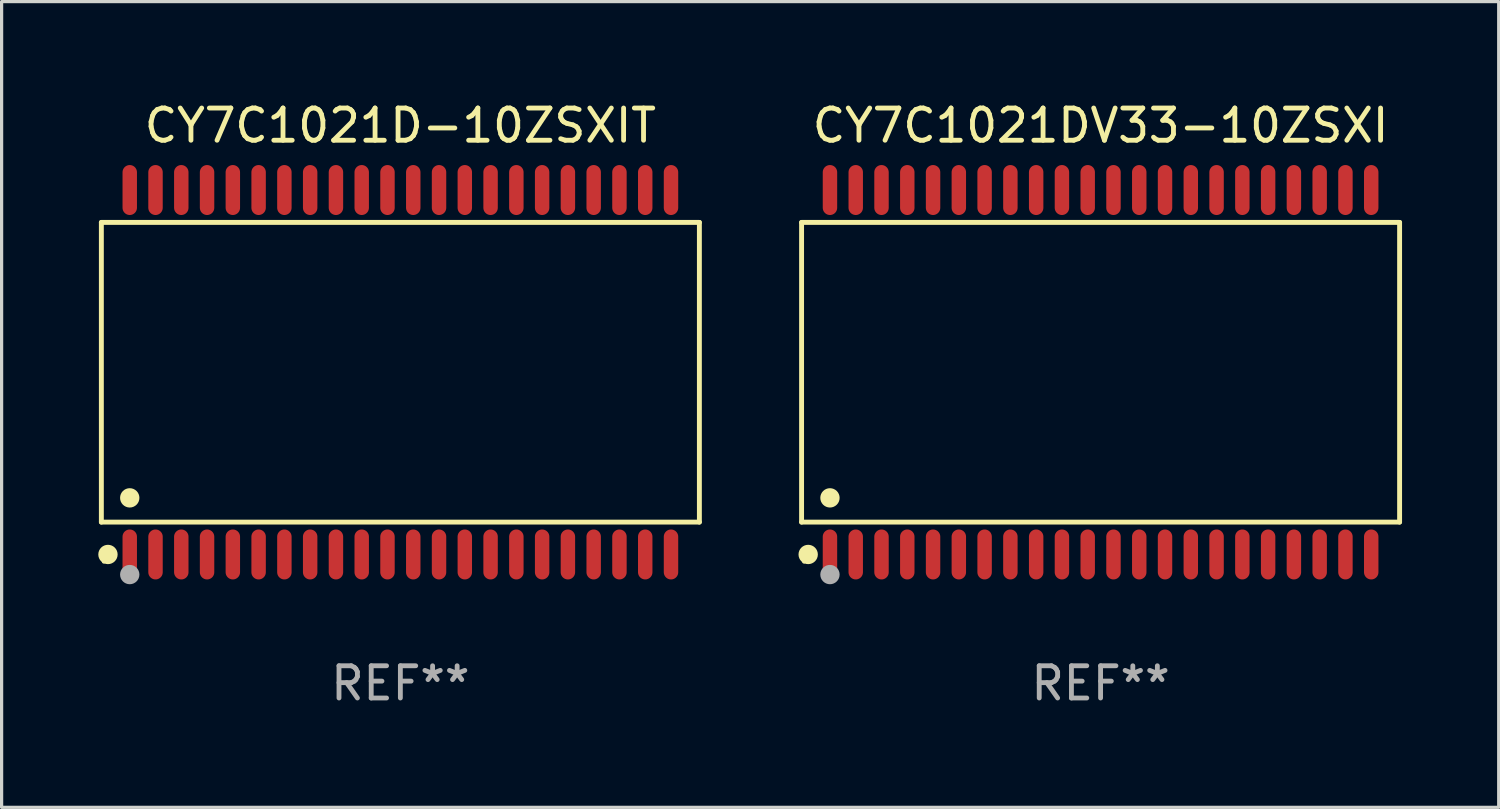
<source format=kicad_pcb>
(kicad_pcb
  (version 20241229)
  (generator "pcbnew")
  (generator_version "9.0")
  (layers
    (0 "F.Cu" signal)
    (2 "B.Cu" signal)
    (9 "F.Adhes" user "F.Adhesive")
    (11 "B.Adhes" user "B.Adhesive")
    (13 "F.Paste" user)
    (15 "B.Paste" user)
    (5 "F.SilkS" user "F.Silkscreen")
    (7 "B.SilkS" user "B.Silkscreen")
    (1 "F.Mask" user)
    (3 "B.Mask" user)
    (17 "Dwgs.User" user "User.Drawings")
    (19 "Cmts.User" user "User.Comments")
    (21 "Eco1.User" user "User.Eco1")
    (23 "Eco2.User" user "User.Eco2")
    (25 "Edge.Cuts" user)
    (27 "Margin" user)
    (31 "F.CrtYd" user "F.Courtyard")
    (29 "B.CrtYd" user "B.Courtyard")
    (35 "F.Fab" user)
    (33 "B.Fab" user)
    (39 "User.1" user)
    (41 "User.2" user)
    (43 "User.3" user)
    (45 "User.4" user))
  (footprint "CY7C1021DV33-10ZSXI"
    (layer "F.Cu")
    (at 31.111 8.504)
    (property "Reference" "CY7C1021DV33-10ZSXI" (at 0 -7.656 0) (layer "F.SilkS") (effects (font (size 1 1) (thickness 0.15))))
    (attr through_hole)
    (fp_line (start -9.281 -4.651) (end 9.281 -4.651) (stroke (width 0.152) (type solid)) (layer "F.SilkS"))
    (fp_line (start -9.281 4.651) (end -9.281 -4.651) (stroke (width 0.152) (type solid)) (layer "F.SilkS"))
    (fp_line (start 9.281 -4.651) (end 9.281 4.651) (stroke (width 0.152) (type solid)) (layer "F.SilkS"))
    (fp_line (start 9.281 4.651) (end -9.281 4.651) (stroke (width 0.152) (type solid)) (layer "F.SilkS"))
    (fp_circle (center -9.205 5.88) (end -9.175 5.88) (stroke (width 0.06) (type solid)) (fill no) (layer "F.SilkS"))
    (fp_circle (center -9.076 5.656) (end -8.926 5.656) (stroke (width 0.3) (type solid)) (fill no) (layer "F.SilkS"))
    (fp_circle (center -8.4 3.899) (end -8.25 3.899) (stroke (width 0.3) (type solid)) (fill no) (layer "F.SilkS"))
    (fp_circle (center -8.4 6.28) (end -8.25 6.28) (stroke (width 0.3) (type solid)) (fill no) (layer "F.Fab"))
    (fp_text user "REF**" (at 0 9.656 0) (layer "F.Fab") (effects (font (size 1 1) (thickness 0.15))))
    (pad "1" smd oval (at -8.4 5.656) (size 0.448 1.551) (layers "F.Cu" "F.Mask" "F.Paste"))
    (pad "2" smd oval (at -7.6 5.656) (size 0.448 1.551) (layers "F.Cu" "F.Mask" "F.Paste"))
    (pad "3" smd oval (at -6.8 5.656) (size 0.448 1.551) (layers "F.Cu" "F.Mask" "F.Paste"))
    (pad "4" smd oval (at -6 5.656) (size 0.448 1.551) (layers "F.Cu" "F.Mask" "F.Paste"))
    (pad "5" smd oval (at -5.2 5.656) (size 0.448 1.551) (layers "F.Cu" "F.Mask" "F.Paste"))
    (pad "6" smd oval (at -4.4 5.656) (size 0.448 1.551) (layers "F.Cu" "F.Mask" "F.Paste"))
    (pad "7" smd oval (at -3.6 5.656) (size 0.448 1.551) (layers "F.Cu" "F.Mask" "F.Paste"))
    (pad "8" smd oval (at -2.8 5.656) (size 0.448 1.551) (layers "F.Cu" "F.Mask" "F.Paste"))
    (pad "9" smd oval (at -2 5.656) (size 0.448 1.551) (layers "F.Cu" "F.Mask" "F.Paste"))
    (pad "10" smd oval (at -1.2 5.656) (size 0.448 1.551) (layers "F.Cu" "F.Mask" "F.Paste"))
    (pad "11" smd oval (at -0.4 5.656) (size 0.448 1.551) (layers "F.Cu" "F.Mask" "F.Paste"))
    (pad "12" smd oval (at 0.4 5.656) (size 0.448 1.551) (layers "F.Cu" "F.Mask" "F.Paste"))
    (pad "13" smd oval (at 1.2 5.656) (size 0.448 1.551) (layers "F.Cu" "F.Mask" "F.Paste"))
    (pad "14" smd oval (at 2 5.656) (size 0.448 1.551) (layers "F.Cu" "F.Mask" "F.Paste"))
    (pad "15" smd oval (at 2.8 5.656) (size 0.448 1.551) (layers "F.Cu" "F.Mask" "F.Paste"))
    (pad "16" smd oval (at 3.6 5.656) (size 0.448 1.551) (layers "F.Cu" "F.Mask" "F.Paste"))
    (pad "17" smd oval (at 4.4 5.656) (size 0.448 1.551) (layers "F.Cu" "F.Mask" "F.Paste"))
    (pad "18" smd oval (at 5.2 5.656) (size 0.448 1.551) (layers "F.Cu" "F.Mask" "F.Paste"))
    (pad "19" smd oval (at 6 5.656) (size 0.448 1.551) (layers "F.Cu" "F.Mask" "F.Paste"))
    (pad "20" smd oval (at 6.8 5.656) (size 0.448 1.551) (layers "F.Cu" "F.Mask" "F.Paste"))
    (pad "21" smd oval (at 7.6 5.656) (size 0.448 1.551) (layers "F.Cu" "F.Mask" "F.Paste"))
    (pad "22" smd oval (at 8.4 5.656) (size 0.448 1.551) (layers "F.Cu" "F.Mask" "F.Paste"))
    (pad "23" smd oval (at 8.4 -5.656) (size 0.448 1.551) (layers "F.Cu" "F.Mask" "F.Paste"))
    (pad "24" smd oval (at 7.6 -5.656) (size 0.448 1.551) (layers "F.Cu" "F.Mask" "F.Paste"))
    (pad "25" smd oval (at 6.8 -5.656) (size 0.448 1.551) (layers "F.Cu" "F.Mask" "F.Paste"))
    (pad "26" smd oval (at 6 -5.656) (size 0.448 1.551) (layers "F.Cu" "F.Mask" "F.Paste"))
    (pad "27" smd oval (at 5.2 -5.656) (size 0.448 1.551) (layers "F.Cu" "F.Mask" "F.Paste"))
    (pad "28" smd oval (at 4.4 -5.656) (size 0.448 1.551) (layers "F.Cu" "F.Mask" "F.Paste"))
    (pad "29" smd oval (at 3.6 -5.656) (size 0.448 1.551) (layers "F.Cu" "F.Mask" "F.Paste"))
    (pad "30" smd oval (at 2.8 -5.656) (size 0.448 1.551) (layers "F.Cu" "F.Mask" "F.Paste"))
    (pad "31" smd oval (at 2 -5.656) (size 0.448 1.551) (layers "F.Cu" "F.Mask" "F.Paste"))
    (pad "32" smd oval (at 1.2 -5.656) (size 0.448 1.551) (layers "F.Cu" "F.Mask" "F.Paste"))
    (pad "33" smd oval (at 0.4 -5.656) (size 0.448 1.551) (layers "F.Cu" "F.Mask" "F.Paste"))
    (pad "34" smd oval (at -0.4 -5.656) (size 0.448 1.551) (layers "F.Cu" "F.Mask" "F.Paste"))
    (pad "35" smd oval (at -1.2 -5.656) (size 0.448 1.551) (layers "F.Cu" "F.Mask" "F.Paste"))
    (pad "36" smd oval (at -2 -5.656) (size 0.448 1.551) (layers "F.Cu" "F.Mask" "F.Paste"))
    (pad "37" smd oval (at -2.8 -5.656) (size 0.448 1.551) (layers "F.Cu" "F.Mask" "F.Paste"))
    (pad "38" smd oval (at -3.6 -5.656) (size 0.448 1.551) (layers "F.Cu" "F.Mask" "F.Paste"))
    (pad "39" smd oval (at -4.4 -5.656) (size 0.448 1.551) (layers "F.Cu" "F.Mask" "F.Paste"))
    (pad "40" smd oval (at -5.2 -5.656) (size 0.448 1.551) (layers "F.Cu" "F.Mask" "F.Paste"))
    (pad "41" smd oval (at -6 -5.656) (size 0.448 1.551) (layers "F.Cu" "F.Mask" "F.Paste"))
    (pad "42" smd oval (at -6.8 -5.656) (size 0.448 1.551) (layers "F.Cu" "F.Mask" "F.Paste"))
    (pad "43" smd oval (at -7.6 -5.656) (size 0.448 1.551) (layers "F.Cu" "F.Mask" "F.Paste"))
    (pad "44" smd oval (at -8.4 -5.656) (size 0.448 1.551) (layers "F.Cu" "F.Mask" "F.Paste")))
  (footprint "CY7C1021D-10ZSXIT"
    (layer "F.Cu")
    (at 9.377 8.504)
    (property "Reference" "CY7C1021D-10ZSXIT" (at 0 -7.656 0) (layer "F.SilkS") (effects (font (size 1 1) (thickness 0.15))))
    (attr through_hole)
    (fp_line (start -9.281 -4.651) (end 9.281 -4.651) (stroke (width 0.152) (type solid)) (layer "F.SilkS"))
    (fp_line (start -9.281 4.651) (end -9.281 -4.651) (stroke (width 0.152) (type solid)) (layer "F.SilkS"))
    (fp_line (start 9.281 -4.651) (end 9.281 4.651) (stroke (width 0.152) (type solid)) (layer "F.SilkS"))
    (fp_line (start 9.281 4.651) (end -9.281 4.651) (stroke (width 0.152) (type solid)) (layer "F.SilkS"))
    (fp_circle (center -9.205 5.88) (end -9.175 5.88) (stroke (width 0.06) (type solid)) (fill no) (layer "F.SilkS"))
    (fp_circle (center -9.076 5.656) (end -8.926 5.656) (stroke (width 0.3) (type solid)) (fill no) (layer "F.SilkS"))
    (fp_circle (center -8.4 3.899) (end -8.25 3.899) (stroke (width 0.3) (type solid)) (fill no) (layer "F.SilkS"))
    (fp_circle (center -8.4 6.28) (end -8.25 6.28) (stroke (width 0.3) (type solid)) (fill no) (layer "F.Fab"))
    (fp_text user "REF**" (at 0 9.656 0) (layer "F.Fab") (effects (font (size 1 1) (thickness 0.15))))
    (pad "1" smd oval (at -8.4 5.656) (size 0.448 1.551) (layers "F.Cu" "F.Mask" "F.Paste"))
    (pad "2" smd oval (at -7.6 5.656) (size 0.448 1.551) (layers "F.Cu" "F.Mask" "F.Paste"))
    (pad "3" smd oval (at -6.8 5.656) (size 0.448 1.551) (layers "F.Cu" "F.Mask" "F.Paste"))
    (pad "4" smd oval (at -6 5.656) (size 0.448 1.551) (layers "F.Cu" "F.Mask" "F.Paste"))
    (pad "5" smd oval (at -5.2 5.656) (size 0.448 1.551) (layers "F.Cu" "F.Mask" "F.Paste"))
    (pad "6" smd oval (at -4.4 5.656) (size 0.448 1.551) (layers "F.Cu" "F.Mask" "F.Paste"))
    (pad "7" smd oval (at -3.6 5.656) (size 0.448 1.551) (layers "F.Cu" "F.Mask" "F.Paste"))
    (pad "8" smd oval (at -2.8 5.656) (size 0.448 1.551) (layers "F.Cu" "F.Mask" "F.Paste"))
    (pad "9" smd oval (at -2 5.656) (size 0.448 1.551) (layers "F.Cu" "F.Mask" "F.Paste"))
    (pad "10" smd oval (at -1.2 5.656) (size 0.448 1.551) (layers "F.Cu" "F.Mask" "F.Paste"))
    (pad "11" smd oval (at -0.4 5.656) (size 0.448 1.551) (layers "F.Cu" "F.Mask" "F.Paste"))
    (pad "12" smd oval (at 0.4 5.656) (size 0.448 1.551) (layers "F.Cu" "F.Mask" "F.Paste"))
    (pad "13" smd oval (at 1.2 5.656) (size 0.448 1.551) (layers "F.Cu" "F.Mask" "F.Paste"))
    (pad "14" smd oval (at 2 5.656) (size 0.448 1.551) (layers "F.Cu" "F.Mask" "F.Paste"))
    (pad "15" smd oval (at 2.8 5.656) (size 0.448 1.551) (layers "F.Cu" "F.Mask" "F.Paste"))
    (pad "16" smd oval (at 3.6 5.656) (size 0.448 1.551) (layers "F.Cu" "F.Mask" "F.Paste"))
    (pad "17" smd oval (at 4.4 5.656) (size 0.448 1.551) (layers "F.Cu" "F.Mask" "F.Paste"))
    (pad "18" smd oval (at 5.2 5.656) (size 0.448 1.551) (layers "F.Cu" "F.Mask" "F.Paste"))
    (pad "19" smd oval (at 6 5.656) (size 0.448 1.551) (layers "F.Cu" "F.Mask" "F.Paste"))
    (pad "20" smd oval (at 6.8 5.656) (size 0.448 1.551) (layers "F.Cu" "F.Mask" "F.Paste"))
    (pad "21" smd oval (at 7.6 5.656) (size 0.448 1.551) (layers "F.Cu" "F.Mask" "F.Paste"))
    (pad "22" smd oval (at 8.4 5.656) (size 0.448 1.551) (layers "F.Cu" "F.Mask" "F.Paste"))
    (pad "23" smd oval (at 8.4 -5.656) (size 0.448 1.551) (layers "F.Cu" "F.Mask" "F.Paste"))
    (pad "24" smd oval (at 7.6 -5.656) (size 0.448 1.551) (layers "F.Cu" "F.Mask" "F.Paste"))
    (pad "25" smd oval (at 6.8 -5.656) (size 0.448 1.551) (layers "F.Cu" "F.Mask" "F.Paste"))
    (pad "26" smd oval (at 6 -5.656) (size 0.448 1.551) (layers "F.Cu" "F.Mask" "F.Paste"))
    (pad "27" smd oval (at 5.2 -5.656) (size 0.448 1.551) (layers "F.Cu" "F.Mask" "F.Paste"))
    (pad "28" smd oval (at 4.4 -5.656) (size 0.448 1.551) (layers "F.Cu" "F.Mask" "F.Paste"))
    (pad "29" smd oval (at 3.6 -5.656) (size 0.448 1.551) (layers "F.Cu" "F.Mask" "F.Paste"))
    (pad "30" smd oval (at 2.8 -5.656) (size 0.448 1.551) (layers "F.Cu" "F.Mask" "F.Paste"))
    (pad "31" smd oval (at 2 -5.656) (size 0.448 1.551) (layers "F.Cu" "F.Mask" "F.Paste"))
    (pad "32" smd oval (at 1.2 -5.656) (size 0.448 1.551) (layers "F.Cu" "F.Mask" "F.Paste"))
    (pad "33" smd oval (at 0.4 -5.656) (size 0.448 1.551) (layers "F.Cu" "F.Mask" "F.Paste"))
    (pad "34" smd oval (at -0.4 -5.656) (size 0.448 1.551) (layers "F.Cu" "F.Mask" "F.Paste"))
    (pad "35" smd oval (at -1.2 -5.656) (size 0.448 1.551) (layers "F.Cu" "F.Mask" "F.Paste"))
    (pad "36" smd oval (at -2 -5.656) (size 0.448 1.551) (layers "F.Cu" "F.Mask" "F.Paste"))
    (pad "37" smd oval (at -2.8 -5.656) (size 0.448 1.551) (layers "F.Cu" "F.Mask" "F.Paste"))
    (pad "38" smd oval (at -3.6 -5.656) (size 0.448 1.551) (layers "F.Cu" "F.Mask" "F.Paste"))
    (pad "39" smd oval (at -4.4 -5.656) (size 0.448 1.551) (layers "F.Cu" "F.Mask" "F.Paste"))
    (pad "40" smd oval (at -5.2 -5.656) (size 0.448 1.551) (layers "F.Cu" "F.Mask" "F.Paste"))
    (pad "41" smd oval (at -6 -5.656) (size 0.448 1.551) (layers "F.Cu" "F.Mask" "F.Paste"))
    (pad "42" smd oval (at -6.8 -5.656) (size 0.448 1.551) (layers "F.Cu" "F.Mask" "F.Paste"))
    (pad "43" smd oval (at -7.6 -5.656) (size 0.448 1.551) (layers "F.Cu" "F.Mask" "F.Paste"))
    (pad "44" smd oval (at -8.4 -5.656) (size 0.448 1.551) (layers "F.Cu" "F.Mask" "F.Paste")))
  (gr_rect
    (start -3 -3)
    (end 43.468 22.008)
    (stroke (width 0.1) (type default))
    (fill no)
    (layer "Edge.Cuts")))
</source>
